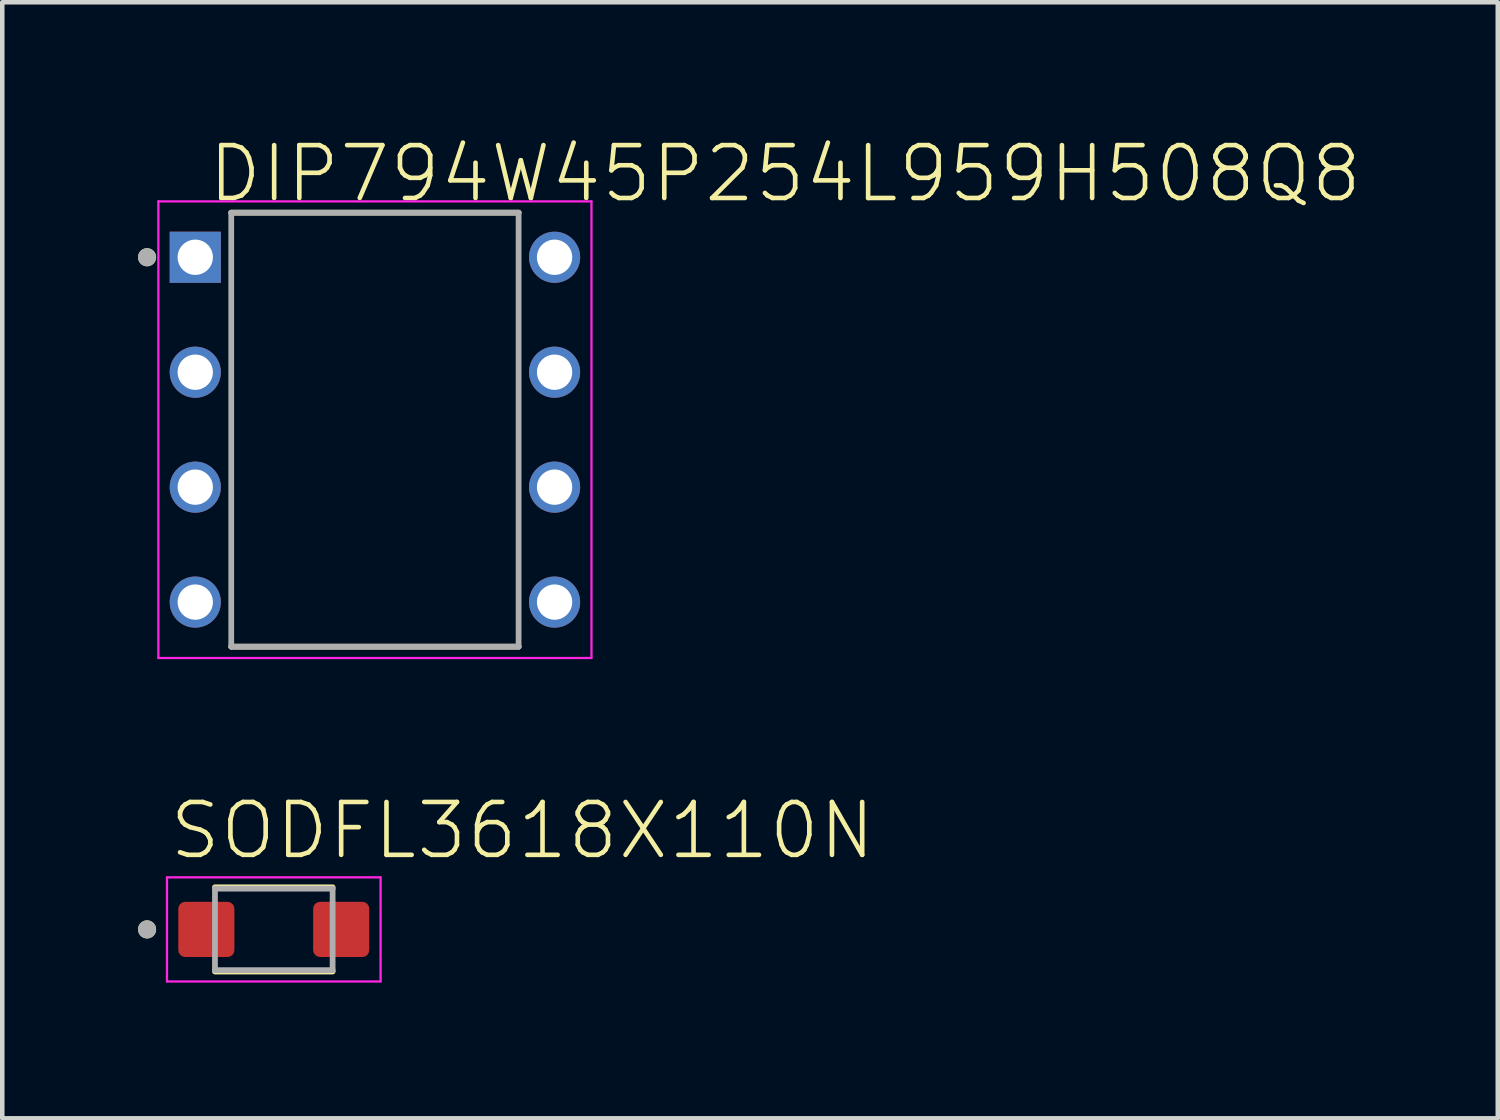
<source format=kicad_pcb>
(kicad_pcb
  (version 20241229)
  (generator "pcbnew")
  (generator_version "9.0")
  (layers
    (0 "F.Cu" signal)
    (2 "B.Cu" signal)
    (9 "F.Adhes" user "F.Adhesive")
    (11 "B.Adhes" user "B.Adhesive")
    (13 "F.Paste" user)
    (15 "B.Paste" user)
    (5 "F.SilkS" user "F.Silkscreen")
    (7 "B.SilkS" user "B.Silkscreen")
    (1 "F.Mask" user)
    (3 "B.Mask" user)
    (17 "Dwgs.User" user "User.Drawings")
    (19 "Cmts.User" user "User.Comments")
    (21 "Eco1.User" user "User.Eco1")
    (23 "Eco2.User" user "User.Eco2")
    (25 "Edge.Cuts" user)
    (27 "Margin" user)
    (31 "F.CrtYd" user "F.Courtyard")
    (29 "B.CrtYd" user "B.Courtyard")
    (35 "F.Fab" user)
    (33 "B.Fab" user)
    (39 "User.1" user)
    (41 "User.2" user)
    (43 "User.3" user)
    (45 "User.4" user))
  (footprint "SODFL3618X110N"
    (layer "F.Cu")
    (at 3 17.488)
    (property "Reference" "SODFL3618X110N" (at -2.36 -1.5 0) (layer "F.SilkS") (effects (font (size 1.168 1.168) (thickness 0.102)) (justify left bottom)))
    (fp_line (start -1.3 -0.93) (end 1.3 -0.93) (stroke (width 0.127) (type solid)) (layer "F.SilkS"))
    (fp_line (start -1.3 0.93) (end 1.3 0.93) (stroke (width 0.127) (type solid)) (layer "F.SilkS"))
    (fp_circle (center -2.8 0) (end -2.7 0) (stroke (width 0.2) (type solid)) (fill no) (layer "F.SilkS"))
    (fp_line (start -2.36 -1.15) (end -2.36 1.15) (stroke (width 0.05) (type solid)) (layer "F.CrtYd"))
    (fp_line (start -2.36 1.15) (end 2.36 1.15) (stroke (width 0.05) (type solid)) (layer "F.CrtYd"))
    (fp_line (start 2.36 -1.15) (end -2.36 -1.15) (stroke (width 0.05) (type solid)) (layer "F.CrtYd"))
    (fp_line (start 2.36 1.15) (end 2.36 -1.15) (stroke (width 0.05) (type solid)) (layer "F.CrtYd"))
    (fp_line (start -1.3 -0.9) (end 1.3 -0.9) (stroke (width 0.127) (type solid)) (layer "F.Fab"))
    (fp_line (start -1.3 0.9) (end -1.3 -0.9) (stroke (width 0.127) (type solid)) (layer "F.Fab"))
    (fp_line (start 1.3 -0.9) (end 1.3 0.9) (stroke (width 0.127) (type solid)) (layer "F.Fab"))
    (fp_line (start 1.3 0.9) (end -1.3 0.9) (stroke (width 0.127) (type solid)) (layer "F.Fab"))
    (fp_circle (center -2.8 0) (end -2.7 0) (stroke (width 0.2) (type solid)) (fill no) (layer "F.Fab"))
    (pad "A" smd roundrect (at 1.49 0) (size 1.24 1.22) (layers "F.Cu" "F.Mask" "F.Paste") (roundrect_rratio 0.125))
    (pad "C" smd roundrect (at -1.49 0) (size 1.24 1.22) (layers "F.Cu" "F.Mask" "F.Paste") (roundrect_rratio 0.125)))
  (footprint "DIP794W45P254L959H508Q8"
    (layer "F.Cu")
    (at 5.235 6.445)
    (property "Reference" "DIP794W45P254L959H508Q8" (at -3.74 -4.972 0) (layer "F.SilkS") (effects (font (size 1.168 1.168) (thickness 0.102)) (justify left bottom)))
    (fp_line (start -3.175 -4.795) (end 3.175 -4.795) (stroke (width 0.127) (type solid)) (layer "F.SilkS"))
    (fp_line (start -3.175 4.795) (end 3.175 4.795) (stroke (width 0.127) (type solid)) (layer "F.SilkS"))
    (fp_circle (center -5.035 -3.81) (end -4.935 -3.81) (stroke (width 0.2) (type solid)) (fill no) (layer "F.SilkS"))
    (fp_line (start -4.785 -5.045) (end -4.785 5.045) (stroke (width 0.05) (type solid)) (layer "F.CrtYd"))
    (fp_line (start 4.785 -5.045) (end -4.785 -5.045) (stroke (width 0.05) (type solid)) (layer "F.CrtYd"))
    (fp_line (start 4.785 -5.045) (end 4.785 5.045) (stroke (width 0.05) (type solid)) (layer "F.CrtYd"))
    (fp_line (start 4.785 5.045) (end -4.785 5.045) (stroke (width 0.05) (type solid)) (layer "F.CrtYd"))
    (fp_line (start -3.175 -4.795) (end -3.175 4.795) (stroke (width 0.127) (type solid)) (layer "F.Fab"))
    (fp_line (start -3.175 -4.795) (end 3.175 -4.795) (stroke (width 0.127) (type solid)) (layer "F.Fab"))
    (fp_line (start -3.175 4.795) (end 3.175 4.795) (stroke (width 0.127) (type solid)) (layer "F.Fab"))
    (fp_line (start 3.175 -4.795) (end 3.175 4.795) (stroke (width 0.127) (type solid)) (layer "F.Fab"))
    (fp_circle (center -5.035 -3.81) (end -4.935 -3.81) (stroke (width 0.2) (type solid)) (fill no) (layer "F.Fab"))
    (pad "1" thru_hole rect (at -3.97 -3.81) (size 1.13 1.13) (drill 0.78) (layers "*.Cu" "*.Mask"))
    (pad "2" thru_hole circle (at -3.97 -1.27) (size 1.13 1.13) (drill 0.78) (layers "*.Cu" "*.Mask"))
    (pad "3" thru_hole circle (at -3.97 1.27) (size 1.13 1.13) (drill 0.78) (layers "*.Cu" "*.Mask"))
    (pad "4" thru_hole circle (at -3.97 3.81) (size 1.13 1.13) (drill 0.78) (layers "*.Cu" "*.Mask"))
    (pad "5" thru_hole circle (at 3.97 3.81) (size 1.13 1.13) (drill 0.78) (layers "*.Cu" "*.Mask"))
    (pad "6" thru_hole circle (at 3.97 1.27) (size 1.13 1.13) (drill 0.78) (layers "*.Cu" "*.Mask"))
    (pad "7" thru_hole circle (at 3.97 -1.27) (size 1.13 1.13) (drill 0.78) (layers "*.Cu" "*.Mask"))
    (pad "8" thru_hole circle (at 3.97 -3.81) (size 1.13 1.13) (drill 0.78) (layers "*.Cu" "*.Mask")))
  (gr_rect
    (start -3 -3)
    (end 30.048 21.663)
    (stroke (width 0.1) (type default))
    (fill no)
    (layer "Edge.Cuts")))
</source>
